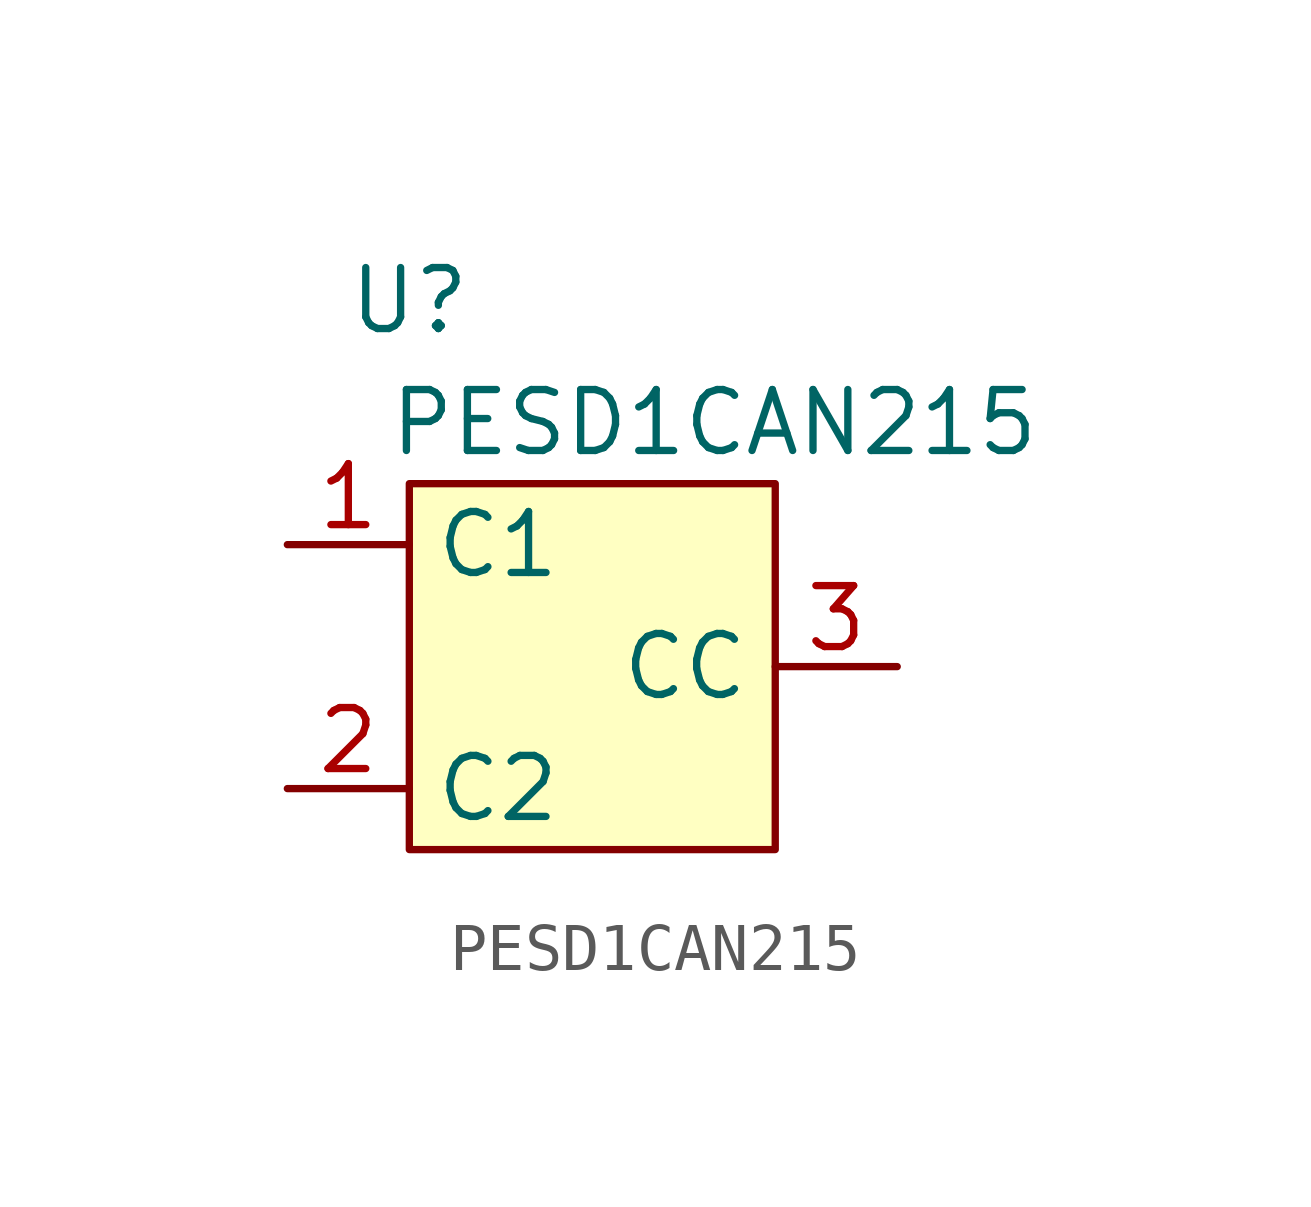
<source format=kicad_sym>
(kicad_symbol_lib
  (version 20231120)
  (generator "kicad_symbol_editor")
  (generator_version "8.0")
  (symbol "PESD1CAN215"
    (property "Reference" "U"
      (at -3.81 7.62 0)
      (effects (font (size 1.27 1.27))))
    (property "Value" "PESD1CAN215"
      (at 2.54 5.08 0)
      (effects (font (size 1.27 1.27))))
    (symbol "PESD1CAN215_0_1"
      (rectangle (start -3.81 3.81) (end 3.81 -3.81) (stroke (width 0) (type default)) (fill (type background))))
    (symbol "PESD1CAN215_1_1"
      (pin passive line (at -6.35 2.54 0) (length 2.54) (name "C1" (effects (font (size 1.27 1.27)))) (number "1" (effects (font (size 1.27 1.27)))))
      (pin passive line (at -6.35 -2.54 0) (length 2.54) (name "C2" (effects (font (size 1.27 1.27)))) (number "2" (effects (font (size 1.27 1.27)))))
      (pin passive line (at 6.35 0 180) (length 2.54) (name "CC" (effects (font (size 1.27 1.27)))) (number "3" (effects (font (size 1.27 1.27))))))))
</source>
